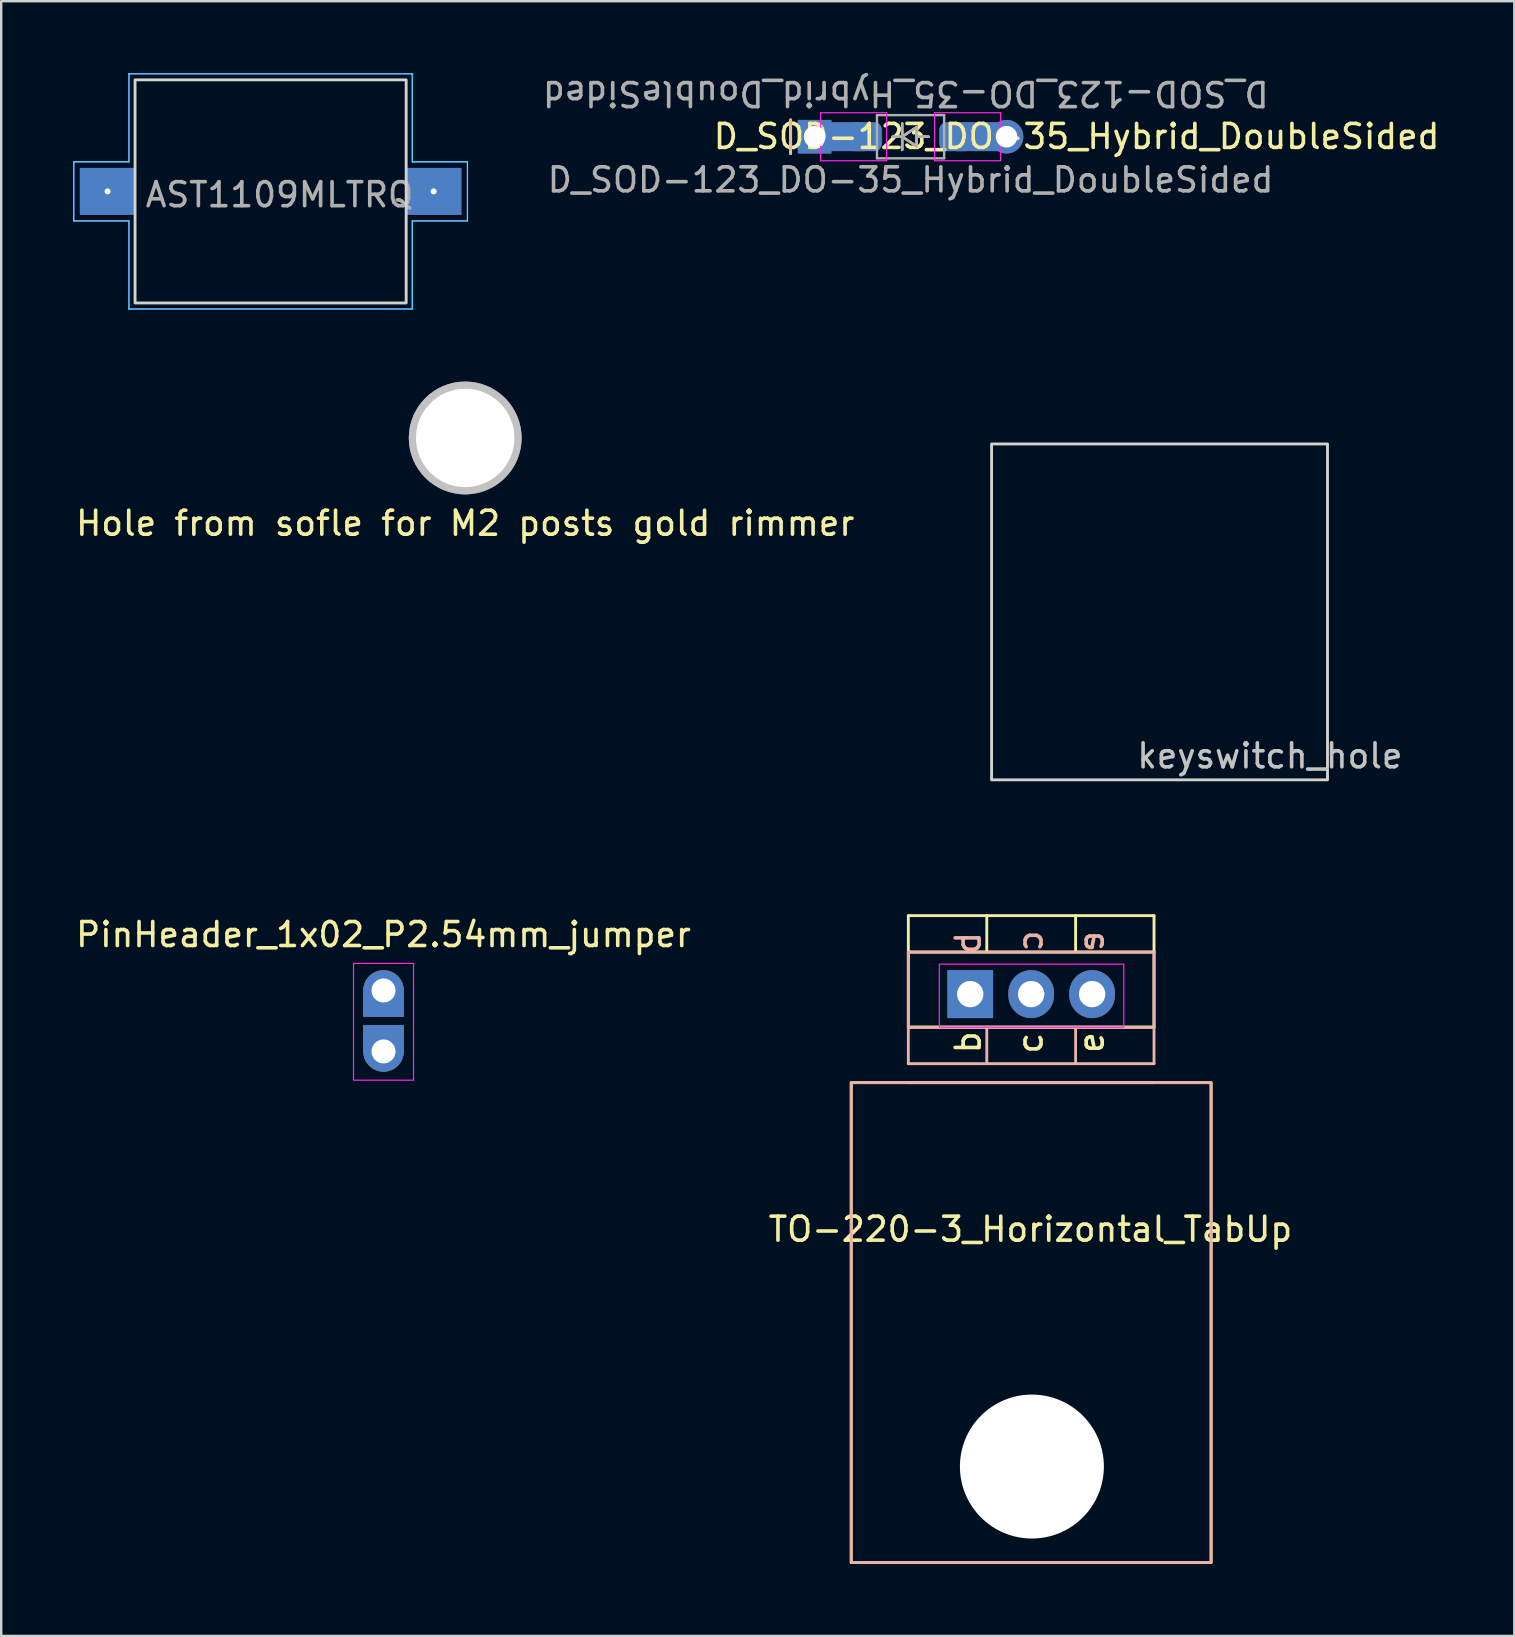
<source format=kicad_pcb>
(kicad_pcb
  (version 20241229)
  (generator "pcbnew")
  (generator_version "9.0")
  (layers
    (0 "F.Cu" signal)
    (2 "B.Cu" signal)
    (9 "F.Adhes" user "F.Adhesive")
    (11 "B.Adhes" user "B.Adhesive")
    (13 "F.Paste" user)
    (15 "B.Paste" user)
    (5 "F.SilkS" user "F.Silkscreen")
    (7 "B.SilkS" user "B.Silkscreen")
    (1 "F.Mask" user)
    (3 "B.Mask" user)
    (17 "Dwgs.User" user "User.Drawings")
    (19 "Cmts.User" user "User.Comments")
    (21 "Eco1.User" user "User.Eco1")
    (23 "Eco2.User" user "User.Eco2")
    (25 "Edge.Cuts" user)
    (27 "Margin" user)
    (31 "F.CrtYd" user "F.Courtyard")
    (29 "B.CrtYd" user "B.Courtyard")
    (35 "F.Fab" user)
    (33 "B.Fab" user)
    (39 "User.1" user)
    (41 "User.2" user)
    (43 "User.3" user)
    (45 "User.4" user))
  (footprint "TO-220-3_Horizontal_TabUp"
    (layer "F.Cu")
    (at 39.929 49.622)
    (property "Reference" "TO-220-3_Horizontal_TabUp" (at -0.03 -1.438 0) (layer "F.SilkS") (effects (font (size 1 1) (thickness 0.15))))
    (attr through_hole)
    (fp_line (start -5.12 -14.508) (end -5.12 -9.867) (stroke (width 0.12) (type solid)) (layer "F.SilkS"))
    (fp_line (start -5.12 -14.508) (end 5.12 -14.508) (stroke (width 0.12) (type solid)) (layer "F.SilkS"))
    (fp_line (start -5.12 -12.998) (end 5.12 -12.998) (stroke (width 0.12) (type solid)) (layer "F.SilkS"))
    (fp_line (start -5.12 -9.867) (end 5.12 -9.867) (stroke (width 0.12) (type solid)) (layer "F.SilkS"))
    (fp_line (start -5.12 -7.548) (end 5.12 -7.548) (stroke (width 0.12) (type solid)) (layer "F.SilkS"))
    (fp_line (start -1.85 -14.508) (end -1.85 -12.998) (stroke (width 0.12) (type solid)) (layer "F.SilkS"))
    (fp_line (start 1.851 -14.508) (end 1.851 -12.998) (stroke (width 0.12) (type solid)) (layer "F.SilkS"))
    (fp_line (start 5.12 -14.508) (end 5.12 -9.867) (stroke (width 0.12) (type solid)) (layer "F.SilkS"))
    (fp_rect (start 7.5 12.453) (end -7.5 -7.548) (stroke (width 0.12) (type default)) (fill no) (layer "F.SilkS"))
    (fp_line (start -5.12 -12.98) (end 5.12 -12.98) (stroke (width 0.12) (type solid)) (layer "B.SilkS"))
    (fp_line (start -5.12 -9.849) (end 5.12 -9.849) (stroke (width 0.12) (type solid)) (layer "B.SilkS"))
    (fp_line (start -5.12 -8.339) (end -5.12 -12.98) (stroke (width 0.12) (type solid)) (layer "B.SilkS"))
    (fp_line (start -5.12 -8.339) (end 5.12 -8.339) (stroke (width 0.12) (type solid)) (layer "B.SilkS"))
    (fp_line (start -1.85 -8.339) (end -1.85 -9.849) (stroke (width 0.12) (type solid)) (layer "B.SilkS"))
    (fp_line (start 1.851 -8.339) (end 1.851 -9.849) (stroke (width 0.12) (type solid)) (layer "B.SilkS"))
    (fp_line (start 5.12 -8.339) (end 5.12 -12.98) (stroke (width 0.12) (type solid)) (layer "B.SilkS"))
    (fp_rect (start -7.5 12.45) (end 7.5 -7.55) (stroke (width 0.12) (type default)) (fill no) (layer "B.SilkS"))
    (fp_rect (start -3.83 -12.488) (end 3.86 -9.857) (stroke (width 0.05) (type default)) (fill no) (layer "F.CrtYd"))
    (fp_text user "c" (at 0.54 -9.72 90) (unlocked yes) (layer "F.SilkS") (effects (font (size 1 1) (thickness 0.15)) (justify right bottom)))
    (fp_text user "b" (at -2.04 -9.78 90) (unlocked yes) (layer "F.SilkS") (effects (font (size 1 1) (thickness 0.15)) (justify right bottom)))
    (fp_text user "e" (at 3.09 -9.75 90) (unlocked yes) (layer "F.SilkS") (effects (font (size 1 1) (thickness 0.15)) (justify right bottom)))
    (fp_text user "c" (at 0.54 -13.98 90) (unlocked yes) (layer "B.SilkS") (effects (font (size 1 1) (thickness 0.15)) (justify left bottom mirror)))
    (fp_text user "b" (at -2.04 -13.92 90) (unlocked yes) (layer "B.SilkS") (effects (font (size 1 1) (thickness 0.15)) (justify left bottom mirror)))
    (fp_text user "e" (at 3.09 -13.95 90) (unlocked yes) (layer "B.SilkS") (effects (font (size 1 1) (thickness 0.15)) (justify left bottom mirror)))
    (pad "" np_thru_hole circle (at 0.03 8.453) (size 6 6) (drill 6) (layers "*.Cu" "*.Mask"))
    (pad "1" thru_hole rect (at -2.54 -11.238) (size 1.905 2) (drill 1.1) (layers "*.Cu" "*.Mask"))
    (pad "2" thru_hole oval (at 0 -11.238) (size 1.905 2) (drill 1.1) (layers "*.Cu" "*.Mask"))
    (pad "3" thru_hole oval (at 2.54 -11.238) (size 1.905 2) (drill 1.1) (layers "*.Cu" "*.Mask")))
  (footprint "PinHeader_1x02_P2.54mm_jumper"
    (layer "F.Cu")
    (at 12.935 38.233)
    (property "Reference" "PinHeader_1x02_P2.54mm_jumper" (at 0 -2.33 0) (layer "F.SilkS") (effects (font (size 1 1) (thickness 0.15))))
    (attr through_hole)
    (fp_rect (start -1.25 -1.13) (end 1.25 3.74) (stroke (width 0.05) (type default)) (fill no) (layer "F.CrtYd"))
    (pad "1" thru_hole roundrect (at 0 0) (size 1.7 1.95) (drill 1 (offset 0 0.125)) (layers "*.Cu" "*.Mask") (roundrect_rratio 0.5) (chamfer_ratio 0) (chamfer bottom_left bottom_right))
    (pad "2" thru_hole roundrect (at 0 2.54) (size 1.7 1.95) (drill 1 (offset 0 -0.125)) (layers "*.Cu" "*.Mask") (roundrect_rratio 0.5) (chamfer_ratio 0) (chamfer top_left top_right)))
  (footprint "D_SOD-123_DO-35_Hybrid_DoubleSided"
    (layer "F.Cu")
    (at 34.902 2.648)
    (property "Reference" "D_SOD-123_DO-35_Hybrid_DoubleSided" (at 6.92 -0.01 0) (layer "F.SilkS") (effects (font (size 1 1) (thickness 0.15))))
    (attr smd)
    (fp_line (start -5 -0.7) (end -5 0.7) (stroke (width 0.12) (type default)) (layer "F.SilkS"))
    (fp_line (start -0.75 0) (end -0.35 0) (stroke (width 0.1) (type solid)) (layer "F.SilkS"))
    (fp_line (start -0.35 0) (end -0.35 -0.55) (stroke (width 0.1) (type solid)) (layer "F.SilkS"))
    (fp_line (start -0.35 0) (end -0.35 0.55) (stroke (width 0.1) (type solid)) (layer "F.SilkS"))
    (fp_line (start -0.35 0) (end 0.25 -0.4) (stroke (width 0.1) (type solid)) (layer "F.SilkS"))
    (fp_line (start 0.25 -0.4) (end 0.25 0.4) (stroke (width 0.1) (type solid)) (layer "F.SilkS"))
    (fp_line (start 0.25 0) (end 0.75 0) (stroke (width 0.1) (type solid)) (layer "F.SilkS"))
    (fp_line (start 0.25 0.4) (end -0.35 0) (stroke (width 0.1) (type solid)) (layer "F.SilkS"))
    (fp_line (start -5 -0.7) (end -5 0.7) (stroke (width 0.12) (type default)) (layer "B.SilkS"))
    (fp_line (start -0.75 0) (end -0.35 0) (stroke (width 0.1) (type solid)) (layer "B.SilkS"))
    (fp_line (start -0.35 0) (end -0.35 -0.55) (stroke (width 0.1) (type solid)) (layer "B.SilkS"))
    (fp_line (start -0.35 0) (end -0.35 0.55) (stroke (width 0.1) (type solid)) (layer "B.SilkS"))
    (fp_line (start -0.35 0) (end 0.25 0.4) (stroke (width 0.1) (type solid)) (layer "B.SilkS"))
    (fp_line (start 0.25 -0.4) (end -0.35 0) (stroke (width 0.1) (type solid)) (layer "B.SilkS"))
    (fp_line (start 0.25 0) (end 0.75 0) (stroke (width 0.1) (type solid)) (layer "B.SilkS"))
    (fp_line (start 0.25 0.4) (end 0.25 -0.4) (stroke (width 0.1) (type solid)) (layer "B.SilkS"))
    (fp_line (start -3.75 -1) (end -3.75 1) (stroke (width 0.05) (type default)) (layer "F.CrtYd"))
    (fp_line (start -3.75 -1) (end -1 -1) (stroke (width 0.05) (type solid)) (layer "F.CrtYd"))
    (fp_line (start -1 -1) (end -1 1) (stroke (width 0.05) (type default)) (layer "F.CrtYd"))
    (fp_line (start -1 1) (end -3.75 1) (stroke (width 0.05) (type solid)) (layer "F.CrtYd"))
    (fp_line (start 1 -1) (end 1 1) (stroke (width 0.05) (type default)) (layer "F.CrtYd"))
    (fp_line (start 1 -1) (end 3.75 -1) (stroke (width 0.05) (type solid)) (layer "F.CrtYd"))
    (fp_line (start 3.75 -1) (end 3.75 1) (stroke (width 0.05) (type default)) (layer "F.CrtYd"))
    (fp_line (start 3.75 1) (end 1 1) (stroke (width 0.05) (type solid)) (layer "F.CrtYd"))
    (fp_line (start -1.4 -0.9) (end 1.4 -0.9) (stroke (width 0.1) (type solid)) (layer "F.Fab"))
    (fp_line (start -1.4 0.9) (end -1.4 -0.9) (stroke (width 0.1) (type solid)) (layer "F.Fab"))
    (fp_line (start -0.75 0) (end -0.35 0) (stroke (width 0.1) (type solid)) (layer "F.Fab"))
    (fp_line (start -0.35 0) (end -0.35 -0.55) (stroke (width 0.1) (type solid)) (layer "F.Fab"))
    (fp_line (start -0.35 0) (end -0.35 0.55) (stroke (width 0.1) (type solid)) (layer "F.Fab"))
    (fp_line (start -0.35 0) (end 0.25 -0.4) (stroke (width 0.1) (type solid)) (layer "F.Fab"))
    (fp_line (start 0.25 -0.4) (end 0.25 0.4) (stroke (width 0.1) (type solid)) (layer "F.Fab"))
    (fp_line (start 0.25 0) (end 0.75 0) (stroke (width 0.1) (type solid)) (layer "F.Fab"))
    (fp_line (start 0.25 0.4) (end -0.35 0) (stroke (width 0.1) (type solid)) (layer "F.Fab"))
    (fp_line (start 1.4 -0.9) (end 1.4 0.9) (stroke (width 0.1) (type solid)) (layer "F.Fab"))
    (fp_line (start 1.4 0.9) (end -1.4 0.9) (stroke (width 0.1) (type solid)) (layer "F.Fab"))
    (fp_text user "${REFERENCE}" (at -0.2 -1.8 180) (unlocked yes) (layer "F.Fab") (effects (font (size 1 1) (thickness 0.15))))
    (fp_text user "${REFERENCE}" (at 0 1.8 0) (layer "F.Fab") (effects (font (size 1 1) (thickness 0.15))))
    (pad "1" thru_hole rect (at -4 0) (size 1.4 1.4) (drill 0.9) (layers "*.Cu" "*.Mask"))
    (pad "1" smd rect (at -2.75 0) (size 1.6 1.2) (layers "B.Cu"))
    (pad "1" smd rect (at -2.7 0) (size 1.6 1.2) (layers "F.Cu"))
    (pad "1" smd roundrect (at -1.95 0) (size 1.5 1.2) (layers "F.Cu" "F.Mask" "F.Paste") (roundrect_rratio 0.25))
    (pad "1" smd roundrect (at -1.9 0) (size 1.4 1.2) (layers "B.Cu" "B.Mask" "B.Paste") (roundrect_rratio 0.25))
    (pad "2" smd roundrect (at 1.9 0) (size 1.4 1.2) (layers "F.Cu" "F.Mask" "F.Paste") (roundrect_rratio 0.25))
    (pad "2" smd roundrect (at 1.9 0) (size 1.4 1.2) (layers "B.Cu" "B.Mask" "B.Paste") (roundrect_rratio 0.25))
    (pad "2" smd rect (at 2.96 0) (size 2.12 1.2) (layers "F.Cu"))
    (pad "2" smd rect (at 2.97 0) (size 2.14 1.2) (layers "B.Cu"))
    (pad "2" thru_hole circle (at 4 0) (size 1.4 1.4) (drill 0.9) (layers "*.Cu" "*.Mask")))
  (footprint "Hole from sofle for M2 posts gold rimmer"
    (layer "F.Cu")
    (at 16.339 15.204)
    (property "Reference" "Hole from sofle for M2 posts gold rimmer" (at 0 3.556 0) (unlocked yes) (layer "F.SilkS") (effects (font (size 1 1) (thickness 0.15))))
    (attr through_hole)
    (pad "" thru_hole circle (at 0 0 90) (size 4.7 4.7) (drill 4.1) (layers "*.Cu" "*.Mask" "Dwgs.User")))
  (footprint "AST1109MLTRQ"
    (layer "F.Cu")
    (at 8.229 4.927)
    (property "Reference" "AST1109MLTRQ" (at 0.37 0.14 0) (layer "F.Fab") (effects (font (size 1 1) (thickness 0.15))))
    (attr through_hole)
    (fp_rect (start -5.65 -4.65) (end 5.65 4.65) (stroke (width 0.12) (type default)) (fill no) (layer "Edge.Cuts"))
    (fp_line (start -8.204 -1.232) (end -5.905 -1.232) (stroke (width 0.05) (type solid)) (layer "B.CrtYd"))
    (fp_line (start -8.204 1.232) (end -8.204 -1.232) (stroke (width 0.05) (type solid)) (layer "B.CrtYd"))
    (fp_line (start -5.905 -4.902) (end 5.905 -4.902) (stroke (width 0.05) (type solid)) (layer "B.CrtYd"))
    (fp_line (start -5.905 -1.232) (end -5.905 -4.902) (stroke (width 0.05) (type solid)) (layer "B.CrtYd"))
    (fp_line (start -5.905 1.232) (end -8.204 1.232) (stroke (width 0.05) (type solid)) (layer "B.CrtYd"))
    (fp_line (start -5.905 4.902) (end -5.905 1.232) (stroke (width 0.05) (type solid)) (layer "B.CrtYd"))
    (fp_line (start 5.905 -4.902) (end 5.905 -1.232) (stroke (width 0.05) (type solid)) (layer "B.CrtYd"))
    (fp_line (start 5.905 1.232) (end 5.905 4.902) (stroke (width 0.05) (type solid)) (layer "B.CrtYd"))
    (fp_line (start 5.905 4.902) (end -5.905 4.902) (stroke (width 0.05) (type solid)) (layer "B.CrtYd"))
    (fp_line (start 8.204 -1.232) (end 5.905 -1.232) (stroke (width 0.05) (type solid)) (layer "B.CrtYd"))
    (fp_line (start 8.204 -1.232) (end 8.204 1.232) (stroke (width 0.05) (type solid)) (layer "B.CrtYd"))
    (fp_line (start 8.204 1.232) (end 5.905 1.232) (stroke (width 0.05) (type solid)) (layer "B.CrtYd"))
    (fp_line (start -8.204 -1.232) (end -5.905 -1.232) (stroke (width 0.05) (type solid)) (layer "F.CrtYd"))
    (fp_line (start -8.204 1.232) (end -8.204 -1.232) (stroke (width 0.05) (type solid)) (layer "F.CrtYd"))
    (fp_line (start -8.204 1.232) (end -5.905 1.232) (stroke (width 0.05) (type solid)) (layer "F.CrtYd"))
    (fp_line (start -5.905 -4.902) (end 5.905 -4.902) (stroke (width 0.05) (type solid)) (layer "F.CrtYd"))
    (fp_line (start -5.905 -1.232) (end -5.905 -4.902) (stroke (width 0.05) (type solid)) (layer "F.CrtYd"))
    (fp_line (start -5.905 4.902) (end -5.905 1.232) (stroke (width 0.05) (type solid)) (layer "F.CrtYd"))
    (fp_line (start 5.905 -4.902) (end 5.905 -1.232) (stroke (width 0.05) (type solid)) (layer "F.CrtYd"))
    (fp_line (start 5.905 -1.232) (end 8.204 -1.232) (stroke (width 0.05) (type solid)) (layer "F.CrtYd"))
    (fp_line (start 5.905 1.232) (end 5.905 4.902) (stroke (width 0.05) (type solid)) (layer "F.CrtYd"))
    (fp_line (start 5.905 4.902) (end -5.905 4.902) (stroke (width 0.05) (type solid)) (layer "F.CrtYd"))
    (fp_line (start 8.204 -1.232) (end 8.204 1.232) (stroke (width 0.05) (type solid)) (layer "F.CrtYd"))
    (fp_line (start 8.204 1.232) (end 5.905 1.232) (stroke (width 0.05) (type solid)) (layer "F.CrtYd"))
    (pad "1" thru_hole circle (at -6.795 0) (size 0.5 0.5) (drill 0.25) (layers "*.Cu" "*.Mask"))
    (pad "1" smd rect (at -6.795 0) (size 2.311 1.956) (layers "F.Cu" "F.Mask" "F.Paste"))
    (pad "1" smd rect (at -6.795 0) (size 2.311 1.956) (layers "B.Cu" "B.Mask" "B.Paste"))
    (pad "2" thru_hole circle (at 6.795 0) (size 0.5 0.5) (drill 0.25) (layers "*.Cu" "*.Mask"))
    (pad "2" smd rect (at 6.795 0) (size 2.311 1.956) (layers "F.Cu" "F.Mask" "F.Paste"))
    (pad "2" smd rect (at 6.795 0) (size 2.311 1.956) (layers "B.Cu" "B.Mask" "B.Paste")))
  (footprint "keyswitch_hole"
    (layer "F.Cu")
    (at 45.279 22.454)
    (property "Reference" "keyswitch_hole" (at 4.6 6 180) (layer "Dwgs.User") (effects (font (size 1 1) (thickness 0.15))))
    (attr through_hole)
    (fp_rect (start -7 -7) (end 7 7) (stroke (width 0.12) (type default)) (fill no) (layer "Edge.Cuts"))
    (fp_line (start -9.525 -9.525) (end 9.525 -9.525) (stroke (width 0.15) (type solid)) (layer "User.9"))
    (fp_line (start -9.525 9.525) (end -9.525 -9.525) (stroke (width 0.15) (type solid)) (layer "User.9"))
    (fp_line (start 9.525 -9.525) (end 9.525 9.525) (stroke (width 0.15) (type solid)) (layer "User.9"))
    (fp_line (start 9.525 9.525) (end -9.525 9.525) (stroke (width 0.15) (type solid)) (layer "User.9")))
  (gr_rect
    (start -3 -3)
    (end 60.066 65.134)
    (stroke (width 0.1) (type default))
    (fill no)
    (layer "Edge.Cuts")))
</source>
